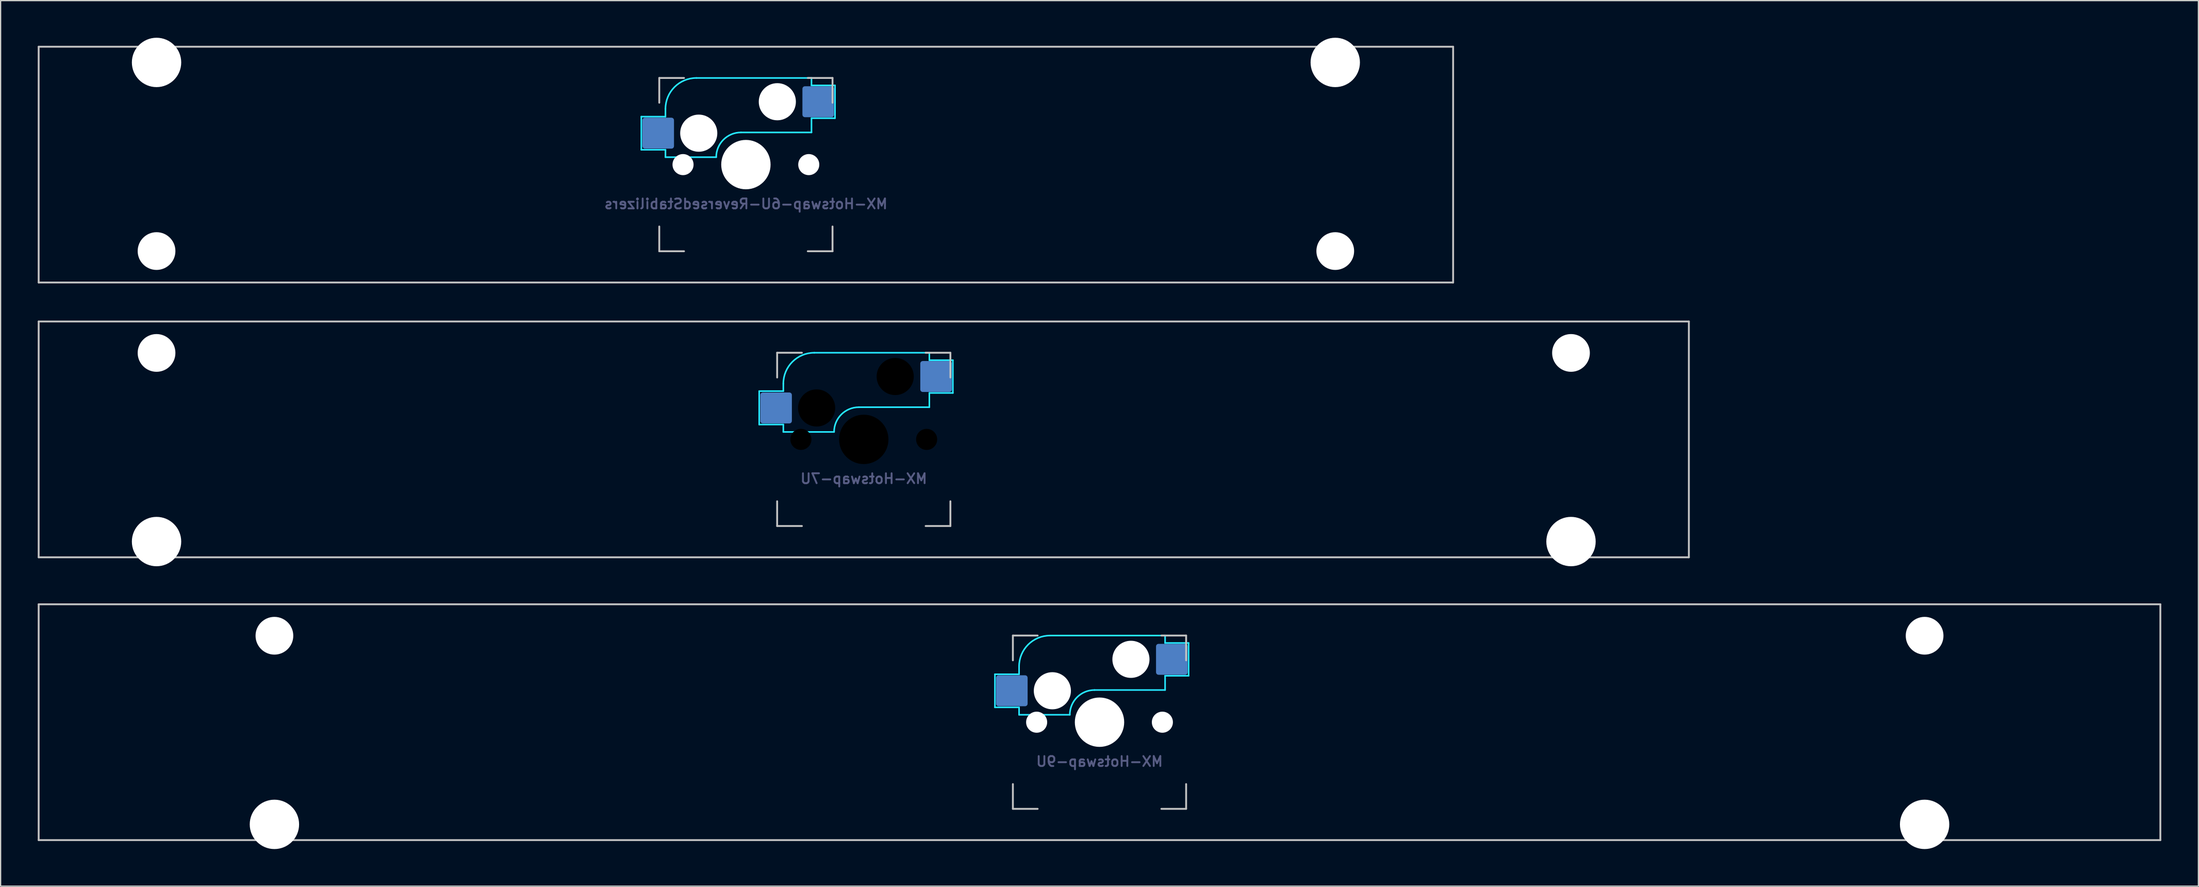
<source format=kicad_pcb>
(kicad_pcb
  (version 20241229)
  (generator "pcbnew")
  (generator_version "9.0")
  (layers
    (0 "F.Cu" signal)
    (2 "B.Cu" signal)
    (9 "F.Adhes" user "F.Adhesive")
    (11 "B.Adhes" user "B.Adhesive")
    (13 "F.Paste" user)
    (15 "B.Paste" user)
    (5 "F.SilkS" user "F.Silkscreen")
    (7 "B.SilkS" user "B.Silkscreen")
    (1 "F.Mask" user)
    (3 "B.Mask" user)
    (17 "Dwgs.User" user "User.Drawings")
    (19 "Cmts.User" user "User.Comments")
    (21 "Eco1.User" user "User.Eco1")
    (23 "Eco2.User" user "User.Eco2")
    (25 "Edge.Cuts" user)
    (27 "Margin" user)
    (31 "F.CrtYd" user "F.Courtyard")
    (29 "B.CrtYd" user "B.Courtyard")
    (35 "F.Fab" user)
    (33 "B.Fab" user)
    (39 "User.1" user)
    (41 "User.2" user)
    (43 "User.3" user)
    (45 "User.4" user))
  (footprint "MX-Hotswap-9U"
    (layer "F.Cu")
    (at 85.8 55.298)
    (property "Reference" "MX-Hotswap-9U" (at 0 3.175 0) (layer "B.Fab") (effects (font (size 0.8 0.8) (thickness 0.15)) (justify mirror)))
    (attr smd)
    (fp_line (start -85.725 9.525) (end -85.725 -9.525) (stroke (width 0.15) (type solid)) (layer "Dwgs.User"))
    (fp_line (start -7 -7) (end -7 -5) (stroke (width 0.15) (type solid)) (layer "Dwgs.User"))
    (fp_line (start -7 5) (end -7 7) (stroke (width 0.15) (type solid)) (layer "Dwgs.User"))
    (fp_line (start -7 7) (end -5 7) (stroke (width 0.15) (type solid)) (layer "Dwgs.User"))
    (fp_line (start -5 -7) (end -7 -7) (stroke (width 0.15) (type solid)) (layer "Dwgs.User"))
    (fp_line (start 5 -7) (end 7 -7) (stroke (width 0.15) (type solid)) (layer "Dwgs.User"))
    (fp_line (start 5 7) (end 7 7) (stroke (width 0.15) (type solid)) (layer "Dwgs.User"))
    (fp_line (start 7 -7) (end 7 -5) (stroke (width 0.15) (type solid)) (layer "Dwgs.User"))
    (fp_line (start 7 7) (end 7 5) (stroke (width 0.15) (type solid)) (layer "Dwgs.User"))
    (fp_line (start 85.725 -9.525) (end -85.725 -9.525) (stroke (width 0.15) (type solid)) (layer "Dwgs.User"))
    (fp_line (start 85.725 9.525) (end -85.725 9.525) (stroke (width 0.15) (type solid)) (layer "Dwgs.User"))
    (fp_line (start 85.725 9.525) (end 85.725 -9.525) (stroke (width 0.15) (type solid)) (layer "Dwgs.User"))
    (fp_line (start -8.45 -3.875) (end -8.45 -1.2) (stroke (width 0.127) (type solid)) (layer "B.CrtYd"))
    (fp_line (start -8.45 -1.2) (end -6.5 -1.2) (stroke (width 0.127) (type solid)) (layer "B.CrtYd"))
    (fp_line (start -6.5 -4.5) (end -6.5 -3.875) (stroke (width 0.127) (type solid)) (layer "B.CrtYd"))
    (fp_line (start -6.5 -3.875) (end -8.45 -3.875) (stroke (width 0.127) (type solid)) (layer "B.CrtYd"))
    (fp_line (start -6.5 -0.6) (end -6.5 -1.2) (stroke (width 0.127) (type solid)) (layer "B.CrtYd"))
    (fp_line (start -6.5 -0.6) (end -2.4 -0.6) (stroke (width 0.127) (type solid)) (layer "B.CrtYd"))
    (fp_line (start -0.4 -2.6) (end 5.3 -2.6) (stroke (width 0.127) (type solid)) (layer "B.CrtYd"))
    (fp_line (start 5.3 -7) (end -4 -7) (stroke (width 0.127) (type solid)) (layer "B.CrtYd"))
    (fp_line (start 5.3 -7) (end 5.3 -6.4) (stroke (width 0.127) (type solid)) (layer "B.CrtYd"))
    (fp_line (start 5.3 -6.4) (end 7.2 -6.4) (stroke (width 0.127) (type solid)) (layer "B.CrtYd"))
    (fp_line (start 5.3 -2.6) (end 5.3 -3.75) (stroke (width 0.127) (type solid)) (layer "B.CrtYd"))
    (fp_line (start 7.2 -6.4) (end 7.2 -3.75) (stroke (width 0.127) (type solid)) (layer "B.CrtYd"))
    (fp_line (start 7.2 -3.75) (end 5.3 -3.75) (stroke (width 0.127) (type solid)) (layer "B.CrtYd"))
    (fp_arc (start -6.5 -4.5) (mid -5.767767 -6.267767) (end -4 -7) (stroke (width 0.127) (type solid)) (layer "B.CrtYd"))
    (fp_arc (start -2.4 -0.6) (mid -1.814214 -2.014214) (end -0.4 -2.6) (stroke (width 0.127) (type solid)) (layer "B.CrtYd"))
    (pad "" np_thru_hole circle (at -66.675 -6.985) (size 3.048 3.048) (drill 3.048) (layers "*.Cu" "*.Mask"))
    (pad "" np_thru_hole circle (at -66.675 8.255) (size 3.988 3.988) (drill 3.988) (layers "*.Cu" "*.Mask"))
    (pad "" np_thru_hole circle (at -5.08 0 48.099) (size 1.702 1.702) (drill 1.702) (layers "*.Cu" "*.Mask"))
    (pad "" np_thru_hole circle (at -3.81 -2.54) (size 3 3) (drill 3) (layers "*.Cu" "*.Mask"))
    (pad "" np_thru_hole circle (at 0 0) (size 3.988 3.988) (drill 3.988) (layers "*.Cu" "*.Mask"))
    (pad "" np_thru_hole circle (at 2.54 -5.08) (size 3 3) (drill 3) (layers "*.Cu" "*.Mask"))
    (pad "" np_thru_hole circle (at 5.08 0 48.099) (size 1.702 1.702) (drill 1.702) (layers "*.Cu" "*.Mask"))
    (pad "" np_thru_hole circle (at 66.675 -6.985) (size 3.048 3.048) (drill 3.048) (layers "*.Cu" "*.Mask"))
    (pad "" np_thru_hole circle (at 66.675 8.255) (size 3.988 3.988) (drill 3.988) (layers "*.Cu" "*.Mask"))
    (pad "1" smd roundrect (at -7.085 -2.54) (size 2.55 2.5) (layers "B.Cu" "B.Mask" "B.Paste") (roundrect_rratio 0.08))
    (pad "2" smd roundrect (at 5.842 -5.08) (size 2.55 2.5) (layers "B.Cu" "B.Mask" "B.Paste") (roundrect_rratio 0.08)))
  (footprint "MX-Hotswap-6U-ReversedStabilizers"
    (layer "F.Cu")
    (at 57.225 10.249)
    (property "Reference" "MX-Hotswap-6U-ReversedStabilizers" (at 0 3.175 0) (layer "B.Fab") (effects (font (size 0.8 0.8) (thickness 0.15)) (justify mirror)))
    (attr smd)
    (fp_line (start -57.15 9.525) (end -57.15 -9.525) (stroke (width 0.15) (type solid)) (layer "Dwgs.User"))
    (fp_line (start -7 -7) (end -7 -5) (stroke (width 0.15) (type solid)) (layer "Dwgs.User"))
    (fp_line (start -7 5) (end -7 7) (stroke (width 0.15) (type solid)) (layer "Dwgs.User"))
    (fp_line (start -7 7) (end -5 7) (stroke (width 0.15) (type solid)) (layer "Dwgs.User"))
    (fp_line (start -5 -7) (end -7 -7) (stroke (width 0.15) (type solid)) (layer "Dwgs.User"))
    (fp_line (start 5 -7) (end 7 -7) (stroke (width 0.15) (type solid)) (layer "Dwgs.User"))
    (fp_line (start 5 7) (end 7 7) (stroke (width 0.15) (type solid)) (layer "Dwgs.User"))
    (fp_line (start 7 -7) (end 7 -5) (stroke (width 0.15) (type solid)) (layer "Dwgs.User"))
    (fp_line (start 7 7) (end 7 5) (stroke (width 0.15) (type solid)) (layer "Dwgs.User"))
    (fp_line (start 57.15 -9.525) (end -57.15 -9.525) (stroke (width 0.15) (type solid)) (layer "Dwgs.User"))
    (fp_line (start 57.15 9.525) (end -57.15 9.525) (stroke (width 0.15) (type solid)) (layer "Dwgs.User"))
    (fp_line (start 57.15 9.525) (end 57.15 -9.525) (stroke (width 0.15) (type solid)) (layer "Dwgs.User"))
    (fp_line (start -8.45 -3.875) (end -8.45 -1.2) (stroke (width 0.127) (type solid)) (layer "B.CrtYd"))
    (fp_line (start -8.45 -1.2) (end -6.5 -1.2) (stroke (width 0.127) (type solid)) (layer "B.CrtYd"))
    (fp_line (start -6.5 -4.5) (end -6.5 -3.875) (stroke (width 0.127) (type solid)) (layer "B.CrtYd"))
    (fp_line (start -6.5 -3.875) (end -8.45 -3.875) (stroke (width 0.127) (type solid)) (layer "B.CrtYd"))
    (fp_line (start -6.5 -0.6) (end -6.5 -1.2) (stroke (width 0.127) (type solid)) (layer "B.CrtYd"))
    (fp_line (start -6.5 -0.6) (end -2.4 -0.6) (stroke (width 0.127) (type solid)) (layer "B.CrtYd"))
    (fp_line (start -0.4 -2.6) (end 5.3 -2.6) (stroke (width 0.127) (type solid)) (layer "B.CrtYd"))
    (fp_line (start 5.3 -7) (end -4 -7) (stroke (width 0.127) (type solid)) (layer "B.CrtYd"))
    (fp_line (start 5.3 -7) (end 5.3 -6.4) (stroke (width 0.127) (type solid)) (layer "B.CrtYd"))
    (fp_line (start 5.3 -6.4) (end 7.2 -6.4) (stroke (width 0.127) (type solid)) (layer "B.CrtYd"))
    (fp_line (start 5.3 -2.6) (end 5.3 -3.75) (stroke (width 0.127) (type solid)) (layer "B.CrtYd"))
    (fp_line (start 7.2 -6.4) (end 7.2 -3.75) (stroke (width 0.127) (type solid)) (layer "B.CrtYd"))
    (fp_line (start 7.2 -3.75) (end 5.3 -3.75) (stroke (width 0.127) (type solid)) (layer "B.CrtYd"))
    (fp_arc (start -6.5 -4.5) (mid -5.767767 -6.267767) (end -4 -7) (stroke (width 0.127) (type solid)) (layer "B.CrtYd"))
    (fp_arc (start -2.4 -0.6) (mid -1.814214 -2.014214) (end -0.4 -2.6) (stroke (width 0.127) (type solid)) (layer "B.CrtYd"))
    (pad "" np_thru_hole circle (at -47.625 -8.255) (size 3.988 3.988) (drill 3.988) (layers "*.Cu" "*.Mask"))
    (pad "" np_thru_hole circle (at -47.625 6.985) (size 3.048 3.048) (drill 3.048) (layers "*.Cu" "*.Mask"))
    (pad "" np_thru_hole circle (at -5.08 0 48.099) (size 1.702 1.702) (drill 1.702) (layers "*.Cu" "*.Mask"))
    (pad "" np_thru_hole circle (at -3.81 -2.54) (size 3 3) (drill 3) (layers "*.Cu" "*.Mask"))
    (pad "" np_thru_hole circle (at 0 0) (size 3.988 3.988) (drill 3.988) (layers "*.Cu" "*.Mask"))
    (pad "" np_thru_hole circle (at 2.54 -5.08) (size 3 3) (drill 3) (layers "*.Cu" "*.Mask"))
    (pad "" np_thru_hole circle (at 5.08 0 48.099) (size 1.702 1.702) (drill 1.702) (layers "*.Cu" "*.Mask"))
    (pad "" np_thru_hole circle (at 47.625 -8.255) (size 3.988 3.988) (drill 3.988) (layers "*.Cu" "*.Mask"))
    (pad "" np_thru_hole circle (at 47.625 6.985) (size 3.048 3.048) (drill 3.048) (layers "*.Cu" "*.Mask"))
    (pad "1" smd roundrect (at -7.085 -2.54) (size 2.55 2.5) (layers "B.Cu" "B.Mask" "B.Paste") (roundrect_rratio 0.08))
    (pad "2" smd roundrect (at 5.842 -5.08) (size 2.55 2.5) (layers "B.Cu" "B.Mask" "B.Paste") (roundrect_rratio 0.08)))
  (footprint "MX-Hotswap-7U"
    (layer "F.Cu")
    (at 66.75 32.449)
    (property "Reference" "MX-Hotswap-7U" (at 0 3.175 0) (layer "B.Fab") (effects (font (size 0.8 0.8) (thickness 0.15)) (justify mirror)))
    (attr smd)
    (fp_line (start -66.675 9.525) (end -66.675 -9.525) (stroke (width 0.15) (type solid)) (layer "Dwgs.User"))
    (fp_line (start -7 -7) (end -7 -5) (stroke (width 0.15) (type solid)) (layer "Dwgs.User"))
    (fp_line (start -7 5) (end -7 7) (stroke (width 0.15) (type solid)) (layer "Dwgs.User"))
    (fp_line (start -7 7) (end -5 7) (stroke (width 0.15) (type solid)) (layer "Dwgs.User"))
    (fp_line (start -5 -7) (end -7 -7) (stroke (width 0.15) (type solid)) (layer "Dwgs.User"))
    (fp_line (start 5 -7) (end 7 -7) (stroke (width 0.15) (type solid)) (layer "Dwgs.User"))
    (fp_line (start 5 7) (end 7 7) (stroke (width 0.15) (type solid)) (layer "Dwgs.User"))
    (fp_line (start 7 -7) (end 7 -5) (stroke (width 0.15) (type solid)) (layer "Dwgs.User"))
    (fp_line (start 7 7) (end 7 5) (stroke (width 0.15) (type solid)) (layer "Dwgs.User"))
    (fp_line (start 66.675 -9.525) (end -66.675 -9.525) (stroke (width 0.15) (type solid)) (layer "Dwgs.User"))
    (fp_line (start 66.675 9.525) (end -66.675 9.525) (stroke (width 0.15) (type solid)) (layer "Dwgs.User"))
    (fp_line (start 66.675 9.525) (end 66.675 -9.525) (stroke (width 0.15) (type solid)) (layer "Dwgs.User"))
    (fp_line (start -8.45 -3.9) (end -8.45 -1.2) (stroke (width 0.127) (type solid)) (layer "B.CrtYd"))
    (fp_line (start -8.45 -1.2) (end -6.5 -1.2) (stroke (width 0.127) (type solid)) (layer "B.CrtYd"))
    (fp_line (start -6.5 -4.5) (end -6.5 -3.9) (stroke (width 0.127) (type solid)) (layer "B.CrtYd"))
    (fp_line (start -6.5 -3.9) (end -8.45 -3.9) (stroke (width 0.127) (type solid)) (layer "B.CrtYd"))
    (fp_line (start -6.5 -0.6) (end -6.5 -1.2) (stroke (width 0.127) (type solid)) (layer "B.CrtYd"))
    (fp_line (start -6.5 -0.6) (end -2.4 -0.6) (stroke (width 0.127) (type solid)) (layer "B.CrtYd"))
    (fp_line (start -0.4 -2.6) (end 5.3 -2.6) (stroke (width 0.127) (type solid)) (layer "B.CrtYd"))
    (fp_line (start 5.3 -7) (end -4 -7) (stroke (width 0.127) (type solid)) (layer "B.CrtYd"))
    (fp_line (start 5.3 -7) (end 5.3 -6.4) (stroke (width 0.127) (type solid)) (layer "B.CrtYd"))
    (fp_line (start 5.3 -6.4) (end 7.2 -6.4) (stroke (width 0.127) (type solid)) (layer "B.CrtYd"))
    (fp_line (start 5.3 -2.6) (end 5.3 -3.75) (stroke (width 0.127) (type solid)) (layer "B.CrtYd"))
    (fp_line (start 7.2 -6.4) (end 7.2 -3.75) (stroke (width 0.127) (type solid)) (layer "B.CrtYd"))
    (fp_line (start 7.2 -3.75) (end 5.3 -3.75) (stroke (width 0.127) (type solid)) (layer "B.CrtYd"))
    (fp_arc (start -6.5 -4.5) (mid -5.767767 -6.267767) (end -4 -7) (stroke (width 0.127) (type solid)) (layer "B.CrtYd"))
    (fp_arc (start -2.4 -0.6) (mid -1.814214 -2.014214) (end -0.4 -2.6) (stroke (width 0.127) (type solid)) (layer "B.CrtYd"))
    (pad "" np_thru_hole circle (at -57.15 -6.985) (size 3.048 3.048) (drill 3.048) (layers "*.Cu" "*.Mask"))
    (pad "" np_thru_hole circle (at -57.15 8.255) (size 3.988 3.988) (drill 3.988) (layers "*.Cu" "*.Mask"))
    (pad "" np_thru_hole circle (at -5.08 0 48.099) (size 1.702 1.702) (drill 1.702) (layers "*.Mask"))
    (pad "" np_thru_hole circle (at -3.81 -2.54) (size 3 3) (drill 3) (layers "*.Mask"))
    (pad "" np_thru_hole circle (at 0 0) (size 3.988 3.988) (drill 3.988) (layers "*.Mask"))
    (pad "" np_thru_hole circle (at 2.54 -5.08) (size 3 3) (drill 3) (layers "*.Mask"))
    (pad "" np_thru_hole circle (at 5.08 0 48.099) (size 1.702 1.702) (drill 1.702) (layers "*.Mask"))
    (pad "" np_thru_hole circle (at 57.15 -6.985) (size 3.048 3.048) (drill 3.048) (layers "*.Cu" "*.Mask"))
    (pad "" np_thru_hole circle (at 57.15 8.255) (size 3.988 3.988) (drill 3.988) (layers "*.Cu" "*.Mask"))
    (pad "1" smd roundrect (at -7.085 -2.54) (size 2.55 2.5) (layers "B.Cu" "B.Mask" "B.Paste") (roundrect_rratio 0.08))
    (pad "2" smd roundrect (at 5.842 -5.08) (size 2.55 2.5) (layers "B.Cu" "B.Mask" "B.Paste") (roundrect_rratio 0.08)))
  (gr_rect
    (start -3 -3)
    (end 174.6 68.547)
    (stroke (width 0.1) (type default))
    (fill no)
    (layer "Edge.Cuts")))
</source>
